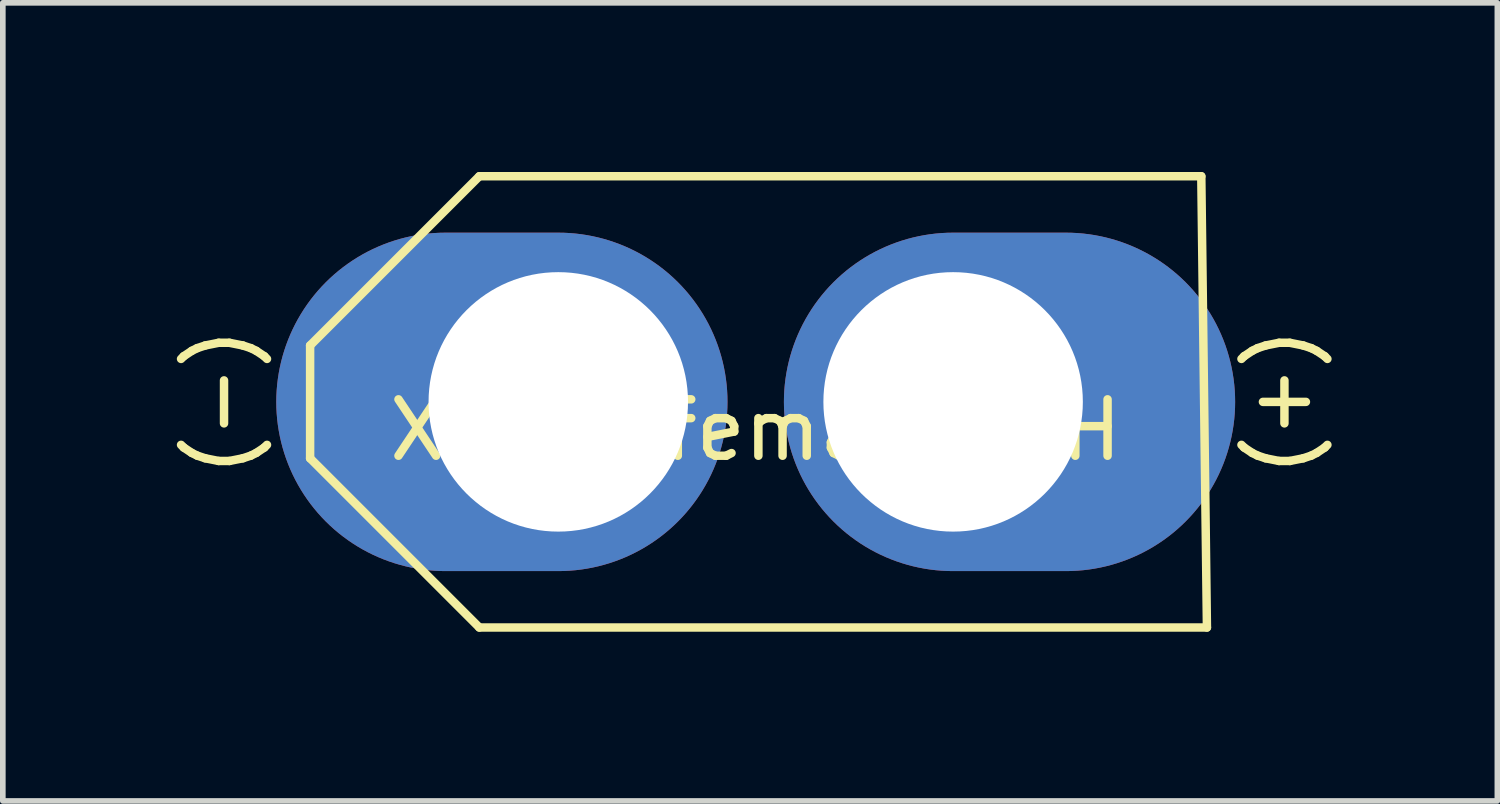
<source format=kicad_pcb>
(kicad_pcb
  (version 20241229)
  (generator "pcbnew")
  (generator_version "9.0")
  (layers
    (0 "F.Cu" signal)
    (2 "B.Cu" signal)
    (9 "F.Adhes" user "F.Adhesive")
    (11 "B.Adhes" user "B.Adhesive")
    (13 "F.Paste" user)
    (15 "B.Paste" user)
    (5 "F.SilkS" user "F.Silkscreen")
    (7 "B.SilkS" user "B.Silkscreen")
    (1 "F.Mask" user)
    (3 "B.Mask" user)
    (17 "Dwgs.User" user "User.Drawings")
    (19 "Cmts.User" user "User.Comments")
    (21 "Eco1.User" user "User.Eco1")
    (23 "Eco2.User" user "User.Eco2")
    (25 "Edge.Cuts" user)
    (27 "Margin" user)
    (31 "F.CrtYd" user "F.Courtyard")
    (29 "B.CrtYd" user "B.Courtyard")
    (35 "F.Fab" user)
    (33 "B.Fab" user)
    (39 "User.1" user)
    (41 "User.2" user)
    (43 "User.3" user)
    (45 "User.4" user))
  (footprint "XT60-female-TH"
    (layer "F.Cu")
    (at 10.348 4.075)
    (property "Reference" "XT60-female-TH" (at 0 0.5 0) (layer "F.SilkS") (effects (font (size 1 1) (thickness 0.15))))
    (attr through_hole)
    (fp_line (start -7.9 -1) (end -7.9 1) (stroke (width 0.15) (type solid)) (layer "F.SilkS"))
    (fp_line (start -7.9 1) (end -4.9 4) (stroke (width 0.15) (type solid)) (layer "F.SilkS"))
    (fp_line (start -4.9 -4) (end -7.9 -1) (stroke (width 0.15) (type solid)) (layer "F.SilkS"))
    (fp_line (start -4.9 4) (end 8 4) (stroke (width 0.15) (type solid)) (layer "F.SilkS"))
    (fp_line (start 7.9 -4) (end -4.9 -4) (stroke (width 0.15) (type solid)) (layer "F.SilkS"))
    (fp_line (start 8 4) (end 7.9 -4) (stroke (width 0.15) (type solid)) (layer "F.SilkS"))
    (fp_text user "(-)" (at -9.5 0 90) (layer "F.SilkS") (effects (font (size 1 1) (thickness 0.15))))
    (fp_text user "(+)" (at 9.3 0 90) (layer "F.SilkS") (effects (font (size 1 1) (thickness 0.15))))
    (pad "1" thru_hole oval (at -3.5 0 270) (size 6 8) (drill 4.6 (offset 0 1)) (layers "*.Cu" "*.Mask"))
    (pad "2" thru_hole oval (at 3.5 0 90) (size 6 8) (drill 4.6 (offset 0 1)) (layers "*.Cu" "*.Mask")))
  (gr_rect
    (start -3 -3)
    (end 23.497 11.15)
    (stroke (width 0.1) (type default))
    (fill no)
    (layer "Edge.Cuts")))
</source>
